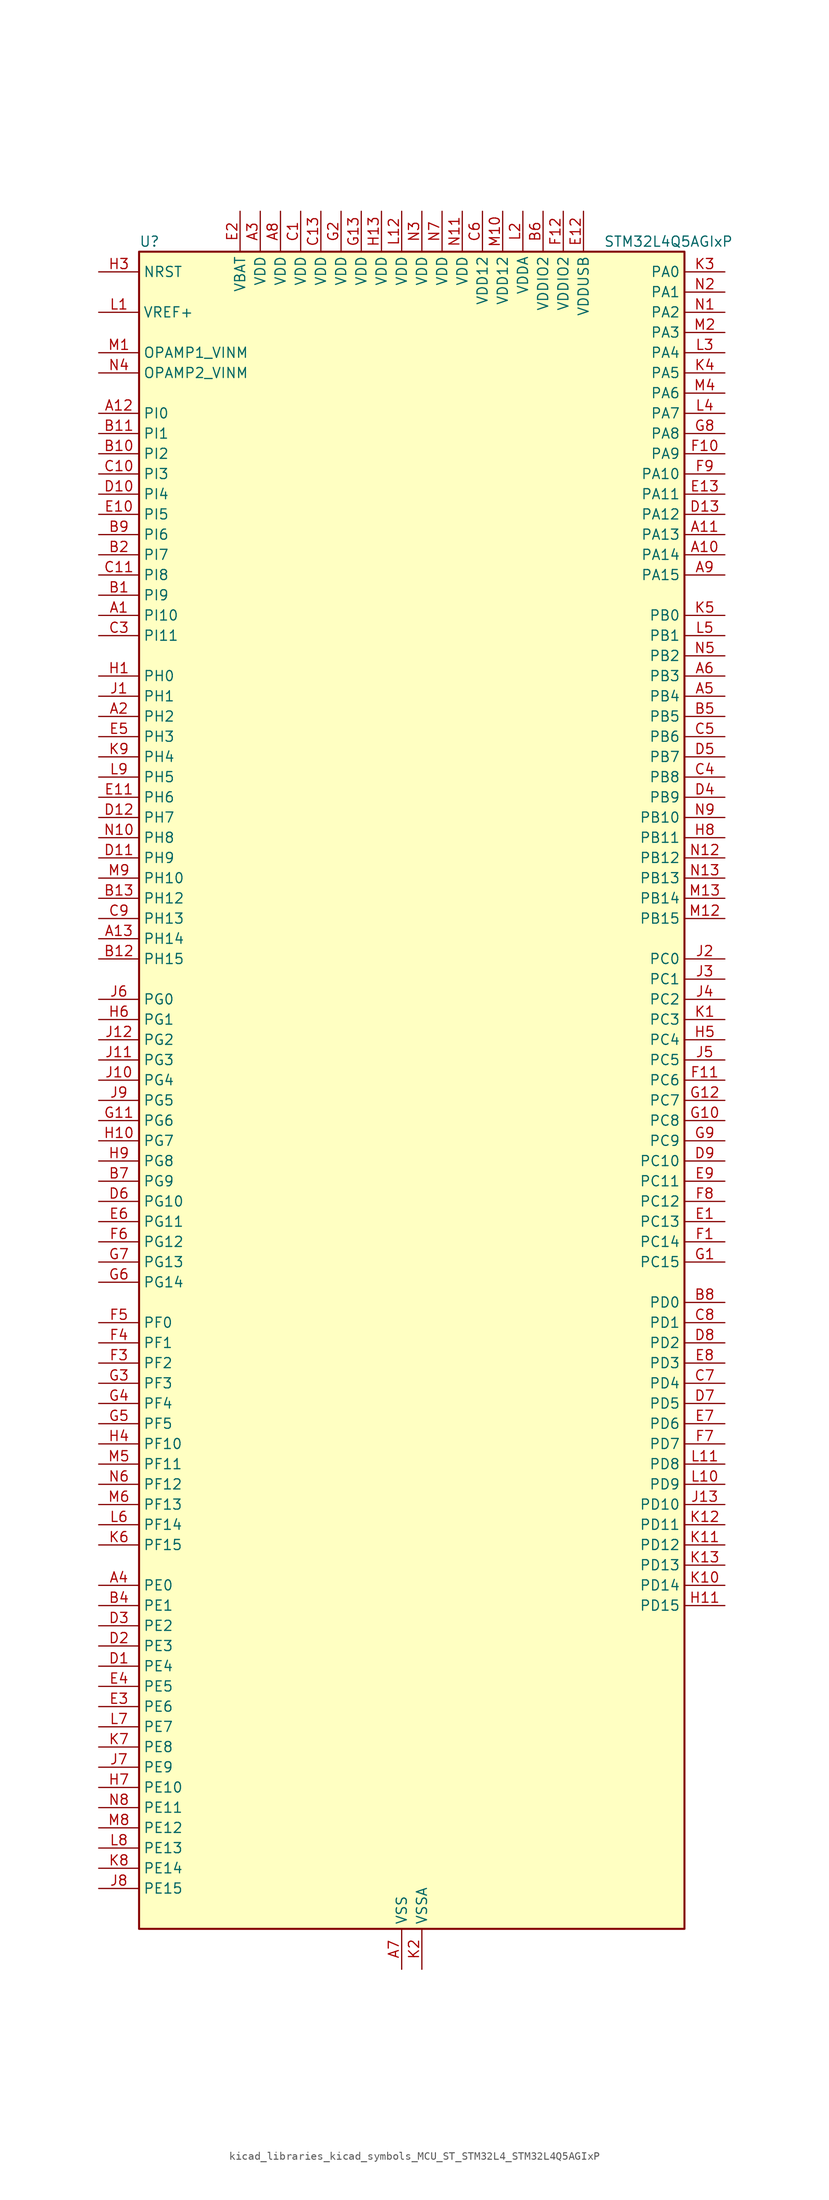
<source format=kicad_sym>
(kicad_symbol_lib
  (version 20220914)
  (generator kicad_symbol_editor)
  (symbol "kicad_libraries_kicad_symbols_MCU_ST_STM32L4_STM32L4Q5AGIxP"
    (property "Reference" "U"
      (at -33.02 107.95 0)
      (effects (font (size 1.27 1.27)) (justify left)))
    (property "Value" "STM32L4Q5AGIxP"
      (at 25.4 107.95 0)
      (effects (font (size 1.27 1.27)) (justify left)))
    (property "ki_locked" ""
      (at 0 0 0)
      (effects (font (size 1.27 1.27))))
    (symbol "kicad_libraries_kicad_symbols_MCU_ST_STM32L4_STM32L4Q5AGIxP_0_1"
      (rectangle (start -33.02 -104.14) (end 35.56 106.68) (stroke (width 0.254) (type default)) (fill (type background))))
    (symbol "kicad_libraries_kicad_symbols_MCU_ST_STM32L4_STM32L4Q5AGIxP_1_1"
      (pin bidirectional line (at -38.1 60.96 0) (length 5.08) (name "PI10" (effects (font (size 1.27 1.27)))) (number "A1" (effects (font (size 1.27 1.27)))) (alternate "OCTOSPIM_P2_IO1" bidirectional line) (alternate "PSSI_D14" bidirectional line))
      (pin bidirectional line (at 40.64 68.58 180) (length 5.08) (name "PA14" (effects (font (size 1.27 1.27)))) (number "A10" (effects (font (size 1.27 1.27)))) (alternate "I2C1_SMBA" bidirectional line) (alternate "I2C4_SMBA" bidirectional line) (alternate "LPTIM1_OUT" bidirectional line) (alternate "SAI1_FS_B" bidirectional line) (alternate "SYS_JTCK-SWCLK" bidirectional line) (alternate "USB_OTG_FS_SOF" bidirectional line))
      (pin bidirectional line (at 40.64 71.12 180) (length 5.08) (name "PA13" (effects (font (size 1.27 1.27)))) (number "A11" (effects (font (size 1.27 1.27)))) (alternate "IR_OUT" bidirectional line) (alternate "SAI1_SD_B" bidirectional line) (alternate "SYS_JTMS-SWDIO" bidirectional line) (alternate "USB_OTG_FS_NOE" bidirectional line))
      (pin bidirectional line (at -38.1 86.36 0) (length 5.08) (name "PI0" (effects (font (size 1.27 1.27)))) (number "A12" (effects (font (size 1.27 1.27)))) (alternate "DCMI_D13" bidirectional line) (alternate "OCTOSPIM_P1_IO5" bidirectional line) (alternate "PSSI_D13" bidirectional line) (alternate "SPI2_NSS" bidirectional line) (alternate "TIM5_CH4" bidirectional line))
      (pin bidirectional line (at -38.1 20.32 0) (length 5.08) (name "PH14" (effects (font (size 1.27 1.27)))) (number "A13" (effects (font (size 1.27 1.27)))) (alternate "DCMI_D4" bidirectional line) (alternate "PSSI_D4" bidirectional line) (alternate "TIM8_CH2N" bidirectional line))
      (pin bidirectional line (at -38.1 48.26 0) (length 5.08) (name "PH2" (effects (font (size 1.27 1.27)))) (number "A2" (effects (font (size 1.27 1.27)))) (alternate "OCTOSPIM_P1_IO4" bidirectional line))
      (pin power_in line (at -17.78 111.76 270) (length 5.08) (name "VDD" (effects (font (size 1.27 1.27)))) (number "A3" (effects (font (size 1.27 1.27)))))
      (pin bidirectional line (at -38.1 -60.96 0) (length 5.08) (name "PE0" (effects (font (size 1.27 1.27)))) (number "A4" (effects (font (size 1.27 1.27)))) (alternate "DCMI_D2" bidirectional line) (alternate "FMC_NBL0" bidirectional line) (alternate "LTDC_HSYNC" bidirectional line) (alternate "PSSI_D2" bidirectional line) (alternate "TIM16_CH1" bidirectional line) (alternate "TIM4_ETR" bidirectional line))
      (pin bidirectional line (at 40.64 50.8 180) (length 5.08) (name "PB4" (effects (font (size 1.27 1.27)))) (number "A5" (effects (font (size 1.27 1.27)))) (alternate "COMP2_INP" bidirectional line) (alternate "DCMI_D12" bidirectional line) (alternate "I2C3_SDA" bidirectional line) (alternate "OCTOSPIM_P1_IO5" bidirectional line) (alternate "PSSI_D12" bidirectional line) (alternate "SAI1_MCLK_B" bidirectional line) (alternate "SDMMC2_D3" bidirectional line) (alternate "SPI1_MISO" bidirectional line) (alternate "SPI3_MISO" bidirectional line) (alternate "SYS_JTRST" bidirectional line) (alternate "TIM17_BKIN" bidirectional line) (alternate "TIM3_CH1" bidirectional line) (alternate "TSC_G2_IO1" bidirectional line) (alternate "UART5_DE" bidirectional line) (alternate "UART5_RTS" bidirectional line) (alternate "USART1_CTS" bidirectional line) (alternate "USART1_NSS" bidirectional line))
      (pin bidirectional line (at 40.64 53.34 180) (length 5.08) (name "PB3" (effects (font (size 1.27 1.27)))) (number "A6" (effects (font (size 1.27 1.27)))) (alternate "COMP2_INM" bidirectional line) (alternate "CRS_SYNC" bidirectional line) (alternate "OCTOSPIM_P1_IO4" bidirectional line) (alternate "SAI1_SCK_B" bidirectional line) (alternate "SDMMC2_D2" bidirectional line) (alternate "SPI1_SCK" bidirectional line) (alternate "SPI3_SCK" bidirectional line) (alternate "SYS_JTDO-SWO" bidirectional line) (alternate "TIM2_CH2" bidirectional line) (alternate "USART1_DE" bidirectional line) (alternate "USART1_RTS" bidirectional line))
      (pin power_in line (at 0 -109.22 90) (length 5.08) (name "VSS" (effects (font (size 1.27 1.27)))) (number "A7" (effects (font (size 1.27 1.27)))))
      (pin power_in line (at -15.24 111.76 270) (length 5.08) (name "VDD" (effects (font (size 1.27 1.27)))) (number "A8" (effects (font (size 1.27 1.27)))))
      (pin bidirectional line (at 40.64 66.04 180) (length 5.08) (name "PA15" (effects (font (size 1.27 1.27)))) (number "A9" (effects (font (size 1.27 1.27)))) (alternate "ADC1_EXTI15" bidirectional line) (alternate "ADC2_EXTI15" bidirectional line) (alternate "LTDC_HSYNC" bidirectional line) (alternate "SAI2_FS_B" bidirectional line) (alternate "SPI1_NSS" bidirectional line) (alternate "SPI3_NSS" bidirectional line) (alternate "SYS_JTDI" bidirectional line) (alternate "TIM2_CH1" bidirectional line) (alternate "TIM2_ETR" bidirectional line) (alternate "TSC_G3_IO1" bidirectional line) (alternate "UART4_DE" bidirectional line) (alternate "UART4_RTS" bidirectional line) (alternate "USART2_RX" bidirectional line) (alternate "USART3_DE" bidirectional line) (alternate "USART3_RTS" bidirectional line))
      (pin bidirectional line (at -38.1 63.5 0) (length 5.08) (name "PI9" (effects (font (size 1.27 1.27)))) (number "B1" (effects (font (size 1.27 1.27)))) (alternate "CAN1_RX" bidirectional line) (alternate "DAC1_EXTI9" bidirectional line) (alternate "OCTOSPIM_P2_IO2" bidirectional line))
      (pin bidirectional line (at -38.1 81.28 0) (length 5.08) (name "PI2" (effects (font (size 1.27 1.27)))) (number "B10" (effects (font (size 1.27 1.27)))) (alternate "DCMI_D9" bidirectional line) (alternate "PSSI_D9" bidirectional line) (alternate "SPI2_MISO" bidirectional line) (alternate "TIM8_CH4" bidirectional line))
      (pin bidirectional line (at -38.1 83.82 0) (length 5.08) (name "PI1" (effects (font (size 1.27 1.27)))) (number "B11" (effects (font (size 1.27 1.27)))) (alternate "DCMI_D8" bidirectional line) (alternate "PSSI_D8" bidirectional line) (alternate "SPI2_SCK" bidirectional line))
      (pin bidirectional line (at -38.1 17.78 0) (length 5.08) (name "PH15" (effects (font (size 1.27 1.27)))) (number "B12" (effects (font (size 1.27 1.27)))) (alternate "ADC1_EXTI15" bidirectional line) (alternate "ADC2_EXTI15" bidirectional line) (alternate "DCMI_D11" bidirectional line) (alternate "OCTOSPIM_P2_IO6" bidirectional line) (alternate "PSSI_D11" bidirectional line) (alternate "TIM8_CH3N" bidirectional line))
      (pin bidirectional line (at -38.1 25.4 0) (length 5.08) (name "PH12" (effects (font (size 1.27 1.27)))) (number "B13" (effects (font (size 1.27 1.27)))) (alternate "DCMI_D3" bidirectional line) (alternate "OCTOSPIM_P2_IO7" bidirectional line) (alternate "PSSI_D3" bidirectional line) (alternate "TIM5_CH3" bidirectional line))
      (pin bidirectional line (at -38.1 68.58 0) (length 5.08) (name "PI7" (effects (font (size 1.27 1.27)))) (number "B2" (effects (font (size 1.27 1.27)))) (alternate "DCMI_D7" bidirectional line) (alternate "OCTOSPIM_P2_NCLK" bidirectional line) (alternate "PSSI_D7" bidirectional line) (alternate "TIM8_CH3" bidirectional line))
      (pin passive line (at 0 -109.22 90) (length 5.08) hide (name "VSS" (effects (font (size 1.27 1.27)))) (number "B3" (effects (font (size 1.27 1.27)))))
      (pin bidirectional line (at -38.1 -63.5 0) (length 5.08) (name "PE1" (effects (font (size 1.27 1.27)))) (number "B4" (effects (font (size 1.27 1.27)))) (alternate "DCMI_D3" bidirectional line) (alternate "FMC_NBL1" bidirectional line) (alternate "LTDC_VSYNC" bidirectional line) (alternate "PSSI_D3" bidirectional line) (alternate "TIM17_CH1" bidirectional line))
      (pin bidirectional line (at 40.64 48.26 180) (length 5.08) (name "PB5" (effects (font (size 1.27 1.27)))) (number "B5" (effects (font (size 1.27 1.27)))) (alternate "COMP2_OUT" bidirectional line) (alternate "DCMI_D10" bidirectional line) (alternate "I2C1_SMBA" bidirectional line) (alternate "LPTIM1_IN1" bidirectional line) (alternate "OCTOSPIM_P1_IO0" bidirectional line) (alternate "PSSI_D10" bidirectional line) (alternate "SAI1_SD_B" bidirectional line) (alternate "SPI1_MOSI" bidirectional line) (alternate "SPI3_MOSI" bidirectional line) (alternate "TIM16_BKIN" bidirectional line) (alternate "TIM3_CH2" bidirectional line) (alternate "TSC_G2_IO2" bidirectional line) (alternate "UART5_CTS" bidirectional line) (alternate "USART1_CK" bidirectional line))
      (pin power_in line (at 17.78 111.76 270) (length 5.08) (name "VDDIO2" (effects (font (size 1.27 1.27)))) (number "B6" (effects (font (size 1.27 1.27)))))
      (pin bidirectional line (at -38.1 -10.16 0) (length 5.08) (name "PG9" (effects (font (size 1.27 1.27)))) (number "B7" (effects (font (size 1.27 1.27)))) (alternate "DAC1_EXTI9" bidirectional line) (alternate "FMC_NCE" bidirectional line) (alternate "FMC_NE2" bidirectional line) (alternate "OCTOSPIM_P2_IO6" bidirectional line) (alternate "SAI2_SCK_A" bidirectional line) (alternate "SDMMC2_D0" bidirectional line) (alternate "SPI3_SCK" bidirectional line) (alternate "TIM15_CH1N" bidirectional line) (alternate "USART1_TX" bidirectional line))
      (pin bidirectional line (at 40.64 -25.4 180) (length 5.08) (name "PD0" (effects (font (size 1.27 1.27)))) (number "B8" (effects (font (size 1.27 1.27)))) (alternate "CAN1_RX" bidirectional line) (alternate "FMC_D2" bidirectional line) (alternate "FMC_DA2" bidirectional line) (alternate "LTDC_B4" bidirectional line) (alternate "SPI2_NSS" bidirectional line))
      (pin bidirectional line (at -38.1 71.12 0) (length 5.08) (name "PI6" (effects (font (size 1.27 1.27)))) (number "B9" (effects (font (size 1.27 1.27)))) (alternate "DCMI_D6" bidirectional line) (alternate "OCTOSPIM_P2_CLK" bidirectional line) (alternate "PSSI_D6" bidirectional line) (alternate "TIM8_CH2" bidirectional line))
      (pin power_in line (at -12.7 111.76 270) (length 5.08) (name "VDD" (effects (font (size 1.27 1.27)))) (number "C1" (effects (font (size 1.27 1.27)))))
      (pin bidirectional line (at -38.1 78.74 0) (length 5.08) (name "PI3" (effects (font (size 1.27 1.27)))) (number "C10" (effects (font (size 1.27 1.27)))) (alternate "DCMI_D10" bidirectional line) (alternate "PSSI_D10" bidirectional line) (alternate "SPI2_MOSI" bidirectional line) (alternate "TIM8_ETR" bidirectional line))
      (pin bidirectional line (at -38.1 66.04 0) (length 5.08) (name "PI8" (effects (font (size 1.27 1.27)))) (number "C11" (effects (font (size 1.27 1.27)))) (alternate "DCMI_D12" bidirectional line) (alternate "OCTOSPIM_P2_NCS" bidirectional line) (alternate "PSSI_D12" bidirectional line))
      (pin passive line (at 0 -109.22 90) (length 5.08) hide (name "VSS" (effects (font (size 1.27 1.27)))) (number "C12" (effects (font (size 1.27 1.27)))))
      (pin power_in line (at -10.16 111.76 270) (length 5.08) (name "VDD" (effects (font (size 1.27 1.27)))) (number "C13" (effects (font (size 1.27 1.27)))))
      (pin passive line (at 0 -109.22 90) (length 5.08) hide (name "VSS" (effects (font (size 1.27 1.27)))) (number "C2" (effects (font (size 1.27 1.27)))))
      (pin bidirectional line (at -38.1 58.42 0) (length 5.08) (name "PI11" (effects (font (size 1.27 1.27)))) (number "C3" (effects (font (size 1.27 1.27)))) (alternate "ADC1_EXTI11" bidirectional line) (alternate "ADC2_EXTI11" bidirectional line) (alternate "OCTOSPIM_P2_IO0" bidirectional line) (alternate "PSSI_D15" bidirectional line))
      (pin bidirectional line (at 40.64 40.64 180) (length 5.08) (name "PB8" (effects (font (size 1.27 1.27)))) (number "C4" (effects (font (size 1.27 1.27)))) (alternate "CAN1_RX" bidirectional line) (alternate "DCMI_D6" bidirectional line) (alternate "DFSDM1_CKOUT" bidirectional line) (alternate "I2C1_SCL" bidirectional line) (alternate "LTDC_DE" bidirectional line) (alternate "PSSI_D6" bidirectional line) (alternate "SAI1_CK1" bidirectional line) (alternate "SAI1_MCLK_A" bidirectional line) (alternate "SDMMC1_CKIN" bidirectional line) (alternate "SDMMC1_D4" bidirectional line) (alternate "SDMMC2_D4" bidirectional line) (alternate "TIM16_CH1" bidirectional line) (alternate "TIM4_CH3" bidirectional line))
      (pin bidirectional line (at 40.64 45.72 180) (length 5.08) (name "PB6" (effects (font (size 1.27 1.27)))) (number "C5" (effects (font (size 1.27 1.27)))) (alternate "COMP2_INP" bidirectional line) (alternate "DCMI_D5" bidirectional line) (alternate "I2C1_SCL" bidirectional line) (alternate "I2C4_SCL" bidirectional line) (alternate "LPTIM1_ETR" bidirectional line) (alternate "LTDC_R6" bidirectional line) (alternate "PSSI_D5" bidirectional line) (alternate "SAI1_FS_B" bidirectional line) (alternate "TIM16_CH1N" bidirectional line) (alternate "TIM4_CH1" bidirectional line) (alternate "TIM8_BKIN2" bidirectional line) (alternate "TSC_G2_IO3" bidirectional line) (alternate "USART1_TX" bidirectional line))
      (pin power_in line (at 10.16 111.76 270) (length 5.08) (name "VDD12" (effects (font (size 1.27 1.27)))) (number "C6" (effects (font (size 1.27 1.27)))))
      (pin bidirectional line (at 40.64 -35.56 180) (length 5.08) (name "PD4" (effects (font (size 1.27 1.27)))) (number "C7" (effects (font (size 1.27 1.27)))) (alternate "DFSDM1_CKIN0" bidirectional line) (alternate "FMC_NOE" bidirectional line) (alternate "OCTOSPIM_P1_IO4" bidirectional line) (alternate "SDMMC2_CKIN" bidirectional line) (alternate "SPI2_MOSI" bidirectional line) (alternate "USART2_DE" bidirectional line) (alternate "USART2_RTS" bidirectional line))
      (pin bidirectional line (at 40.64 -27.94 180) (length 5.08) (name "PD1" (effects (font (size 1.27 1.27)))) (number "C8" (effects (font (size 1.27 1.27)))) (alternate "CAN1_TX" bidirectional line) (alternate "FMC_D3" bidirectional line) (alternate "FMC_DA3" bidirectional line) (alternate "LTDC_B5" bidirectional line) (alternate "SPI2_SCK" bidirectional line))
      (pin bidirectional line (at -38.1 22.86 0) (length 5.08) (name "PH13" (effects (font (size 1.27 1.27)))) (number "C9" (effects (font (size 1.27 1.27)))) (alternate "CAN1_TX" bidirectional line) (alternate "TIM8_CH1N" bidirectional line))
      (pin bidirectional line (at -38.1 -71.12 0) (length 5.08) (name "PE4" (effects (font (size 1.27 1.27)))) (number "D1" (effects (font (size 1.27 1.27)))) (alternate "DCMI_D4" bidirectional line) (alternate "DFSDM1_DATIN3" bidirectional line) (alternate "FMC_A20" bidirectional line) (alternate "LTDC_B7" bidirectional line) (alternate "PSSI_D4" bidirectional line) (alternate "SAI1_D2" bidirectional line) (alternate "SAI1_FS_A" bidirectional line) (alternate "SYS_TRACED1" bidirectional line) (alternate "TIM3_CH2" bidirectional line) (alternate "TSC_G7_IO3" bidirectional line))
      (pin bidirectional line (at -38.1 76.2 0) (length 5.08) (name "PI4" (effects (font (size 1.27 1.27)))) (number "D10" (effects (font (size 1.27 1.27)))) (alternate "DCMI_D5" bidirectional line) (alternate "PSSI_D5" bidirectional line) (alternate "TIM8_BKIN" bidirectional line))
      (pin bidirectional line (at -38.1 30.48 0) (length 5.08) (name "PH9" (effects (font (size 1.27 1.27)))) (number "D11" (effects (font (size 1.27 1.27)))) (alternate "DAC1_EXTI9" bidirectional line) (alternate "DCMI_D0" bidirectional line) (alternate "I2C3_SMBA" bidirectional line) (alternate "OCTOSPIM_P2_IO4" bidirectional line) (alternate "PSSI_D0" bidirectional line))
      (pin bidirectional line (at -38.1 35.56 0) (length 5.08) (name "PH7" (effects (font (size 1.27 1.27)))) (number "D12" (effects (font (size 1.27 1.27)))) (alternate "DCMI_D9" bidirectional line) (alternate "I2C3_SCL" bidirectional line) (alternate "OCTOSPIM_P2_NCLK" bidirectional line) (alternate "PSSI_D9" bidirectional line))
      (pin bidirectional line (at 40.64 73.66 180) (length 5.08) (name "PA12" (effects (font (size 1.27 1.27)))) (number "D13" (effects (font (size 1.27 1.27)))) (alternate "CAN1_TX" bidirectional line) (alternate "LTDC_VSYNC" bidirectional line) (alternate "OCTOSPIM_P2_NCS" bidirectional line) (alternate "SPI1_MOSI" bidirectional line) (alternate "TIM1_ETR" bidirectional line) (alternate "USART1_DE" bidirectional line) (alternate "USART1_RTS" bidirectional line) (alternate "USB_OTG_FS_DP" bidirectional line))
      (pin bidirectional line (at -38.1 -68.58 0) (length 5.08) (name "PE3" (effects (font (size 1.27 1.27)))) (number "D2" (effects (font (size 1.27 1.27)))) (alternate "FMC_A19" bidirectional line) (alternate "LTDC_R6" bidirectional line) (alternate "OCTOSPIM_P1_DQS" bidirectional line) (alternate "SAI1_SD_B" bidirectional line) (alternate "SYS_TRACED0" bidirectional line) (alternate "TIM3_CH1" bidirectional line) (alternate "TSC_G7_IO2" bidirectional line))
      (pin bidirectional line (at -38.1 -66.04 0) (length 5.08) (name "PE2" (effects (font (size 1.27 1.27)))) (number "D3" (effects (font (size 1.27 1.27)))) (alternate "FMC_A23" bidirectional line) (alternate "LTDC_R7" bidirectional line) (alternate "SAI1_CK1" bidirectional line) (alternate "SAI1_MCLK_A" bidirectional line) (alternate "SYS_TRACECLK" bidirectional line) (alternate "TIM3_ETR" bidirectional line) (alternate "TSC_G7_IO1" bidirectional line))
      (pin bidirectional line (at 40.64 38.1 180) (length 5.08) (name "PB9" (effects (font (size 1.27 1.27)))) (number "D4" (effects (font (size 1.27 1.27)))) (alternate "CAN1_TX" bidirectional line) (alternate "DAC1_EXTI9" bidirectional line) (alternate "DCMI_D7" bidirectional line) (alternate "I2C1_SDA" bidirectional line) (alternate "IR_OUT" bidirectional line) (alternate "PSSI_D7" bidirectional line) (alternate "SAI1_D2" bidirectional line) (alternate "SAI1_FS_A" bidirectional line) (alternate "SDMMC1_CDIR" bidirectional line) (alternate "SDMMC1_D5" bidirectional line) (alternate "SDMMC2_D5" bidirectional line) (alternate "SPI2_NSS" bidirectional line) (alternate "TIM17_CH1" bidirectional line) (alternate "TIM4_CH4" bidirectional line))
      (pin bidirectional line (at 40.64 43.18 180) (length 5.08) (name "PB7" (effects (font (size 1.27 1.27)))) (number "D5" (effects (font (size 1.27 1.27)))) (alternate "COMP2_INM" bidirectional line) (alternate "DCMI_VSYNC" bidirectional line) (alternate "FMC_NL" bidirectional line) (alternate "I2C1_SDA" bidirectional line) (alternate "I2C4_SDA" bidirectional line) (alternate "LPTIM1_IN2" bidirectional line) (alternate "LTDC_VSYNC" bidirectional line) (alternate "PSSI_RDY" bidirectional line) (alternate "SYS_PVD_IN" bidirectional line) (alternate "TIM17_CH1N" bidirectional line) (alternate "TIM4_CH2" bidirectional line) (alternate "TIM8_BKIN" bidirectional line) (alternate "TSC_G2_IO4" bidirectional line) (alternate "UART4_CTS" bidirectional line) (alternate "USART1_RX" bidirectional line))
      (pin bidirectional line (at -38.1 -12.7 0) (length 5.08) (name "PG10" (effects (font (size 1.27 1.27)))) (number "D6" (effects (font (size 1.27 1.27)))) (alternate "FMC_NE3" bidirectional line) (alternate "LPTIM1_IN1" bidirectional line) (alternate "OCTOSPIM_P2_IO7" bidirectional line) (alternate "SAI2_FS_A" bidirectional line) (alternate "SDMMC2_D1" bidirectional line) (alternate "SPI3_MISO" bidirectional line) (alternate "TIM15_CH1" bidirectional line) (alternate "USART1_RX" bidirectional line))
      (pin bidirectional line (at 40.64 -38.1 180) (length 5.08) (name "PD5" (effects (font (size 1.27 1.27)))) (number "D7" (effects (font (size 1.27 1.27)))) (alternate "FMC_NWE" bidirectional line) (alternate "OCTOSPIM_P1_IO5" bidirectional line) (alternate "USART2_TX" bidirectional line))
      (pin bidirectional line (at 40.64 -30.48 180) (length 5.08) (name "PD2" (effects (font (size 1.27 1.27)))) (number "D8" (effects (font (size 1.27 1.27)))) (alternate "DCMI_D11" bidirectional line) (alternate "PSSI_D11" bidirectional line) (alternate "SDMMC1_CMD" bidirectional line) (alternate "SYS_TRACED2" bidirectional line) (alternate "TIM3_ETR" bidirectional line) (alternate "TSC_SYNC" bidirectional line) (alternate "UART5_RX" bidirectional line) (alternate "USART3_DE" bidirectional line) (alternate "USART3_RTS" bidirectional line))
      (pin bidirectional line (at 40.64 -7.62 180) (length 5.08) (name "PC10" (effects (font (size 1.27 1.27)))) (number "D9" (effects (font (size 1.27 1.27)))) (alternate "DCMI_D8" bidirectional line) (alternate "DCMI_VSYNC" bidirectional line) (alternate "PSSI_D8" bidirectional line) (alternate "PSSI_RDY" bidirectional line) (alternate "SAI2_SCK_B" bidirectional line) (alternate "SDMMC1_D2" bidirectional line) (alternate "SPI3_SCK" bidirectional line) (alternate "SYS_TRACED1" bidirectional line) (alternate "TSC_G3_IO2" bidirectional line) (alternate "UART4_TX" bidirectional line) (alternate "USART3_TX" bidirectional line))
      (pin bidirectional line (at 40.64 -15.24 180) (length 5.08) (name "PC13" (effects (font (size 1.27 1.27)))) (number "E1" (effects (font (size 1.27 1.27)))) (alternate "RTC_OUT1" bidirectional line) (alternate "RTC_TAMP1" bidirectional line) (alternate "RTC_TS" bidirectional line) (alternate "SYS_WKUP2" bidirectional line))
      (pin bidirectional line (at -38.1 73.66 0) (length 5.08) (name "PI5" (effects (font (size 1.27 1.27)))) (number "E10" (effects (font (size 1.27 1.27)))) (alternate "DCMI_VSYNC" bidirectional line) (alternate "OCTOSPIM_P2_NCS" bidirectional line) (alternate "PSSI_RDY" bidirectional line) (alternate "TIM8_CH1" bidirectional line))
      (pin bidirectional line (at -38.1 38.1 0) (length 5.08) (name "PH6" (effects (font (size 1.27 1.27)))) (number "E11" (effects (font (size 1.27 1.27)))) (alternate "DCMI_D8" bidirectional line) (alternate "I2C2_SMBA" bidirectional line) (alternate "OCTOSPIM_P2_CLK" bidirectional line) (alternate "PSSI_D8" bidirectional line))
      (pin power_in line (at 22.86 111.76 270) (length 5.08) (name "VDDUSB" (effects (font (size 1.27 1.27)))) (number "E12" (effects (font (size 1.27 1.27)))))
      (pin bidirectional line (at 40.64 76.2 180) (length 5.08) (name "PA11" (effects (font (size 1.27 1.27)))) (number "E13" (effects (font (size 1.27 1.27)))) (alternate "ADC1_EXTI11" bidirectional line) (alternate "ADC2_EXTI11" bidirectional line) (alternate "CAN1_RX" bidirectional line) (alternate "LTDC_DE" bidirectional line) (alternate "SPI1_MISO" bidirectional line) (alternate "TIM1_BKIN2" bidirectional line) (alternate "TIM1_CH4" bidirectional line) (alternate "USART1_CTS" bidirectional line) (alternate "USART1_NSS" bidirectional line) (alternate "USB_OTG_FS_DM" bidirectional line))
      (pin power_in line (at -20.32 111.76 270) (length 5.08) (name "VBAT" (effects (font (size 1.27 1.27)))) (number "E2" (effects (font (size 1.27 1.27)))))
      (pin bidirectional line (at -38.1 -76.2 0) (length 5.08) (name "PE6" (effects (font (size 1.27 1.27)))) (number "E3" (effects (font (size 1.27 1.27)))) (alternate "DCMI_D7" bidirectional line) (alternate "FMC_A22" bidirectional line) (alternate "LTDC_G6" bidirectional line) (alternate "PSSI_D7" bidirectional line) (alternate "RTC_TAMP3" bidirectional line) (alternate "SAI1_D1" bidirectional line) (alternate "SAI1_SD_A" bidirectional line) (alternate "SYS_TRACED3" bidirectional line) (alternate "SYS_WKUP3" bidirectional line) (alternate "TIM3_CH4" bidirectional line))
      (pin bidirectional line (at -38.1 -73.66 0) (length 5.08) (name "PE5" (effects (font (size 1.27 1.27)))) (number "E4" (effects (font (size 1.27 1.27)))) (alternate "DCMI_D6" bidirectional line) (alternate "DFSDM1_CKIN3" bidirectional line) (alternate "FMC_A21" bidirectional line) (alternate "LTDC_G7" bidirectional line) (alternate "PSSI_D6" bidirectional line) (alternate "SAI1_CK2" bidirectional line) (alternate "SAI1_SCK_A" bidirectional line) (alternate "SYS_TRACED2" bidirectional line) (alternate "TIM3_CH3" bidirectional line) (alternate "TSC_G7_IO4" bidirectional line))
      (pin bidirectional line (at -38.1 45.72 0) (length 5.08) (name "PH3" (effects (font (size 1.27 1.27)))) (number "E5" (effects (font (size 1.27 1.27)))))
      (pin bidirectional line (at -38.1 -15.24 0) (length 5.08) (name "PG11" (effects (font (size 1.27 1.27)))) (number "E6" (effects (font (size 1.27 1.27)))) (alternate "ADC1_EXTI11" bidirectional line) (alternate "ADC2_EXTI11" bidirectional line) (alternate "LPTIM1_IN2" bidirectional line) (alternate "OCTOSPIM_P1_IO5" bidirectional line) (alternate "SAI2_MCLK_A" bidirectional line) (alternate "SDMMC2_D2" bidirectional line) (alternate "SPI3_MOSI" bidirectional line) (alternate "TIM15_CH2" bidirectional line) (alternate "USART1_CTS" bidirectional line) (alternate "USART1_NSS" bidirectional line))
      (pin bidirectional line (at 40.64 -40.64 180) (length 5.08) (name "PD6" (effects (font (size 1.27 1.27)))) (number "E7" (effects (font (size 1.27 1.27)))) (alternate "DCMI_D10" bidirectional line) (alternate "DFSDM1_DATIN1" bidirectional line) (alternate "FMC_NWAIT" bidirectional line) (alternate "LTDC_DE" bidirectional line) (alternate "OCTOSPIM_P1_IO6" bidirectional line) (alternate "PSSI_D10" bidirectional line) (alternate "SAI1_D1" bidirectional line) (alternate "SAI1_SD_A" bidirectional line) (alternate "SDMMC2_CK" bidirectional line) (alternate "SPI3_MOSI" bidirectional line) (alternate "USART2_RX" bidirectional line))
      (pin bidirectional line (at 40.64 -33.02 180) (length 5.08) (name "PD3" (effects (font (size 1.27 1.27)))) (number "E8" (effects (font (size 1.27 1.27)))) (alternate "DCMI_D5" bidirectional line) (alternate "DFSDM1_DATIN0" bidirectional line) (alternate "FMC_CLK" bidirectional line) (alternate "LTDC_CLK" bidirectional line) (alternate "OCTOSPIM_P2_NCS" bidirectional line) (alternate "PSSI_D5" bidirectional line) (alternate "SPI2_MISO" bidirectional line) (alternate "SPI2_SCK" bidirectional line) (alternate "USART2_CTS" bidirectional line) (alternate "USART2_NSS" bidirectional line))
      (pin bidirectional line (at 40.64 -10.16 180) (length 5.08) (name "PC11" (effects (font (size 1.27 1.27)))) (number "E9" (effects (font (size 1.27 1.27)))) (alternate "ADC1_EXTI11" bidirectional line) (alternate "ADC2_EXTI11" bidirectional line) (alternate "DCMI_D2" bidirectional line) (alternate "DCMI_D4" bidirectional line) (alternate "OCTOSPIM_P1_NCS" bidirectional line) (alternate "PSSI_D2" bidirectional line) (alternate "PSSI_D4" bidirectional line) (alternate "SAI2_MCLK_B" bidirectional line) (alternate "SDMMC1_D3" bidirectional line) (alternate "SPI3_MISO" bidirectional line) (alternate "TSC_G3_IO3" bidirectional line) (alternate "UART4_RX" bidirectional line) (alternate "USART3_RX" bidirectional line))
      (pin bidirectional line (at 40.64 -17.78 180) (length 5.08) (name "PC14" (effects (font (size 1.27 1.27)))) (number "F1" (effects (font (size 1.27 1.27)))) (alternate "RCC_OSC32_IN" bidirectional line))
      (pin bidirectional line (at 40.64 81.28 180) (length 5.08) (name "PA9" (effects (font (size 1.27 1.27)))) (number "F10" (effects (font (size 1.27 1.27)))) (alternate "DAC1_EXTI9" bidirectional line) (alternate "DCMI_D0" bidirectional line) (alternate "LTDC_G7" bidirectional line) (alternate "PSSI_D0" bidirectional line) (alternate "SAI1_FS_A" bidirectional line) (alternate "SPI2_SCK" bidirectional line) (alternate "TIM15_BKIN" bidirectional line) (alternate "TIM1_CH2" bidirectional line) (alternate "USART1_TX" bidirectional line) (alternate "USB_OTG_FS_VBUS" bidirectional line))
      (pin bidirectional line (at 40.64 2.54 180) (length 5.08) (name "PC6" (effects (font (size 1.27 1.27)))) (number "F11" (effects (font (size 1.27 1.27)))) (alternate "DCMI_D0" bidirectional line) (alternate "DFSDM1_CKIN3" bidirectional line) (alternate "LTDC_G7" bidirectional line) (alternate "PSSI_D0" bidirectional line) (alternate "SAI2_MCLK_A" bidirectional line) (alternate "SDMMC1_D0DIR" bidirectional line) (alternate "SDMMC1_D6" bidirectional line) (alternate "SDMMC2_D6" bidirectional line) (alternate "TIM3_CH1" bidirectional line) (alternate "TIM8_CH1" bidirectional line) (alternate "TSC_G4_IO1" bidirectional line))
      (pin power_in line (at 20.32 111.76 270) (length 5.08) (name "VDDIO2" (effects (font (size 1.27 1.27)))) (number "F12" (effects (font (size 1.27 1.27)))))
      (pin passive line (at 0 -109.22 90) (length 5.08) hide (name "VSS" (effects (font (size 1.27 1.27)))) (number "F13" (effects (font (size 1.27 1.27)))))
      (pin passive line (at 0 -109.22 90) (length 5.08) hide (name "VSS" (effects (font (size 1.27 1.27)))) (number "F2" (effects (font (size 1.27 1.27)))))
      (pin bidirectional line (at -38.1 -33.02 0) (length 5.08) (name "PF2" (effects (font (size 1.27 1.27)))) (number "F3" (effects (font (size 1.27 1.27)))) (alternate "FMC_A2" bidirectional line) (alternate "I2C2_SMBA" bidirectional line) (alternate "OCTOSPIM_P2_IO2" bidirectional line))
      (pin bidirectional line (at -38.1 -30.48 0) (length 5.08) (name "PF1" (effects (font (size 1.27 1.27)))) (number "F4" (effects (font (size 1.27 1.27)))) (alternate "FMC_A1" bidirectional line) (alternate "I2C2_SCL" bidirectional line) (alternate "OCTOSPIM_P2_IO1" bidirectional line))
      (pin bidirectional line (at -38.1 -27.94 0) (length 5.08) (name "PF0" (effects (font (size 1.27 1.27)))) (number "F5" (effects (font (size 1.27 1.27)))) (alternate "FMC_A0" bidirectional line) (alternate "I2C2_SDA" bidirectional line) (alternate "OCTOSPIM_P2_IO0" bidirectional line))
      (pin bidirectional line (at -38.1 -17.78 0) (length 5.08) (name "PG12" (effects (font (size 1.27 1.27)))) (number "F6" (effects (font (size 1.27 1.27)))) (alternate "FMC_NE4" bidirectional line) (alternate "LPTIM1_ETR" bidirectional line) (alternate "OCTOSPIM_P2_NCS" bidirectional line) (alternate "SAI2_SD_A" bidirectional line) (alternate "SDMMC2_D3" bidirectional line) (alternate "SPI3_NSS" bidirectional line) (alternate "USART1_DE" bidirectional line) (alternate "USART1_RTS" bidirectional line))
      (pin bidirectional line (at 40.64 -43.18 180) (length 5.08) (name "PD7" (effects (font (size 1.27 1.27)))) (number "F7" (effects (font (size 1.27 1.27)))) (alternate "DFSDM1_CKIN1" bidirectional line) (alternate "FMC_NCE" bidirectional line) (alternate "FMC_NE1" bidirectional line) (alternate "OCTOSPIM_P1_IO7" bidirectional line) (alternate "SDMMC2_CMD" bidirectional line) (alternate "USART2_CK" bidirectional line))
      (pin bidirectional line (at 40.64 -12.7 180) (length 5.08) (name "PC12" (effects (font (size 1.27 1.27)))) (number "F8" (effects (font (size 1.27 1.27)))) (alternate "DCMI_D9" bidirectional line) (alternate "LTDC_R6" bidirectional line) (alternate "PSSI_D9" bidirectional line) (alternate "SAI2_SD_B" bidirectional line) (alternate "SDMMC1_CK" bidirectional line) (alternate "SPI3_MOSI" bidirectional line) (alternate "SYS_TRACED3" bidirectional line) (alternate "TSC_G3_IO4" bidirectional line) (alternate "UART5_TX" bidirectional line) (alternate "USART3_CK" bidirectional line))
      (pin bidirectional line (at 40.64 78.74 180) (length 5.08) (name "PA10" (effects (font (size 1.27 1.27)))) (number "F9" (effects (font (size 1.27 1.27)))) (alternate "DCMI_D1" bidirectional line) (alternate "LTDC_G6" bidirectional line) (alternate "PSSI_D1" bidirectional line) (alternate "SAI1_D1" bidirectional line) (alternate "SAI1_SD_A" bidirectional line) (alternate "TIM17_BKIN" bidirectional line) (alternate "TIM1_CH3" bidirectional line) (alternate "USART1_RX" bidirectional line) (alternate "USB_OTG_FS_ID" bidirectional line))
      (pin bidirectional line (at 40.64 -20.32 180) (length 5.08) (name "PC15" (effects (font (size 1.27 1.27)))) (number "G1" (effects (font (size 1.27 1.27)))) (alternate "ADC1_EXTI15" bidirectional line) (alternate "ADC2_EXTI15" bidirectional line) (alternate "RCC_OSC32_OUT" bidirectional line))
      (pin bidirectional line (at 40.64 -2.54 180) (length 5.08) (name "PC8" (effects (font (size 1.27 1.27)))) (number "G10" (effects (font (size 1.27 1.27)))) (alternate "DCMI_D2" bidirectional line) (alternate "PSSI_D2" bidirectional line) (alternate "SDMMC1_D0" bidirectional line) (alternate "TIM3_CH3" bidirectional line) (alternate "TIM8_CH3" bidirectional line) (alternate "TSC_G4_IO3" bidirectional line))
      (pin bidirectional line (at -38.1 -2.54 0) (length 5.08) (name "PG6" (effects (font (size 1.27 1.27)))) (number "G11" (effects (font (size 1.27 1.27)))) (alternate "I2C3_SMBA" bidirectional line) (alternate "LPUART1_DE" bidirectional line) (alternate "LPUART1_RTS" bidirectional line) (alternate "LTDC_R1" bidirectional line) (alternate "OCTOSPIM_P1_DQS" bidirectional line))
      (pin bidirectional line (at 40.64 0 180) (length 5.08) (name "PC7" (effects (font (size 1.27 1.27)))) (number "G12" (effects (font (size 1.27 1.27)))) (alternate "DCMI_D1" bidirectional line) (alternate "DFSDM1_DATIN3" bidirectional line) (alternate "LTDC_B6" bidirectional line) (alternate "PSSI_D1" bidirectional line) (alternate "SAI2_MCLK_B" bidirectional line) (alternate "SDMMC1_D123DIR" bidirectional line) (alternate "SDMMC1_D7" bidirectional line) (alternate "SDMMC2_D7" bidirectional line) (alternate "TIM3_CH2" bidirectional line) (alternate "TIM8_CH2" bidirectional line) (alternate "TSC_G4_IO2" bidirectional line))
      (pin power_in line (at -5.08 111.76 270) (length 5.08) (name "VDD" (effects (font (size 1.27 1.27)))) (number "G13" (effects (font (size 1.27 1.27)))))
      (pin power_in line (at -7.62 111.76 270) (length 5.08) (name "VDD" (effects (font (size 1.27 1.27)))) (number "G2" (effects (font (size 1.27 1.27)))))
      (pin bidirectional line (at -38.1 -35.56 0) (length 5.08) (name "PF3" (effects (font (size 1.27 1.27)))) (number "G3" (effects (font (size 1.27 1.27)))) (alternate "FMC_A3" bidirectional line) (alternate "OCTOSPIM_P2_IO3" bidirectional line))
      (pin bidirectional line (at -38.1 -38.1 0) (length 5.08) (name "PF4" (effects (font (size 1.27 1.27)))) (number "G4" (effects (font (size 1.27 1.27)))) (alternate "FMC_A4" bidirectional line) (alternate "OCTOSPIM_P2_CLK" bidirectional line))
      (pin bidirectional line (at -38.1 -40.64 0) (length 5.08) (name "PF5" (effects (font (size 1.27 1.27)))) (number "G5" (effects (font (size 1.27 1.27)))) (alternate "FMC_A5" bidirectional line) (alternate "OCTOSPIM_P2_NCLK" bidirectional line))
      (pin bidirectional line (at -38.1 -22.86 0) (length 5.08) (name "PG14" (effects (font (size 1.27 1.27)))) (number "G6" (effects (font (size 1.27 1.27)))) (alternate "FMC_A25" bidirectional line) (alternate "I2C1_SCL" bidirectional line) (alternate "LTDC_R1" bidirectional line))
      (pin bidirectional line (at -38.1 -20.32 0) (length 5.08) (name "PG13" (effects (font (size 1.27 1.27)))) (number "G7" (effects (font (size 1.27 1.27)))) (alternate "FMC_A24" bidirectional line) (alternate "I2C1_SDA" bidirectional line) (alternate "LTDC_R0" bidirectional line) (alternate "USART1_CK" bidirectional line))
      (pin bidirectional line (at 40.64 83.82 180) (length 5.08) (name "PA8" (effects (font (size 1.27 1.27)))) (number "G8" (effects (font (size 1.27 1.27)))) (alternate "LPTIM2_OUT" bidirectional line) (alternate "LTDC_B7" bidirectional line) (alternate "RCC_MCO" bidirectional line) (alternate "SAI1_CK2" bidirectional line) (alternate "SAI1_SCK_A" bidirectional line) (alternate "TIM1_CH1" bidirectional line) (alternate "USART1_CK" bidirectional line) (alternate "USB_OTG_FS_SOF" bidirectional line))
      (pin bidirectional line (at 40.64 -5.08 180) (length 5.08) (name "PC9" (effects (font (size 1.27 1.27)))) (number "G9" (effects (font (size 1.27 1.27)))) (alternate "DAC1_EXTI9" bidirectional line) (alternate "DCMI_D3" bidirectional line) (alternate "I2C3_SDA" bidirectional line) (alternate "PSSI_D3" bidirectional line) (alternate "SAI2_EXTCLK" bidirectional line) (alternate "SDMMC1_D1" bidirectional line) (alternate "SYS_TRACED0" bidirectional line) (alternate "TIM3_CH4" bidirectional line) (alternate "TIM8_BKIN2" bidirectional line) (alternate "TIM8_CH4" bidirectional line) (alternate "TSC_G4_IO4" bidirectional line) (alternate "USB_OTG_FS_NOE" bidirectional line))
      (pin bidirectional line (at -38.1 53.34 0) (length 5.08) (name "PH0" (effects (font (size 1.27 1.27)))) (number "H1" (effects (font (size 1.27 1.27)))) (alternate "RCC_OSC_IN" bidirectional line))
      (pin bidirectional line (at -38.1 -5.08 0) (length 5.08) (name "PG7" (effects (font (size 1.27 1.27)))) (number "H10" (effects (font (size 1.27 1.27)))) (alternate "DFSDM1_CKOUT" bidirectional line) (alternate "FMC_INT" bidirectional line) (alternate "I2C3_SCL" bidirectional line) (alternate "LPUART1_TX" bidirectional line) (alternate "OCTOSPIM_P2_DQS" bidirectional line) (alternate "SAI1_CK1" bidirectional line) (alternate "SAI1_MCLK_A" bidirectional line))
      (pin bidirectional line (at 40.64 -63.5 180) (length 5.08) (name "PD15" (effects (font (size 1.27 1.27)))) (number "H11" (effects (font (size 1.27 1.27)))) (alternate "ADC1_EXTI15" bidirectional line) (alternate "ADC2_EXTI15" bidirectional line) (alternate "FMC_D1" bidirectional line) (alternate "FMC_DA1" bidirectional line) (alternate "LTDC_B3" bidirectional line) (alternate "TIM4_CH4" bidirectional line))
      (pin passive line (at 0 -109.22 90) (length 5.08) hide (name "VSS" (effects (font (size 1.27 1.27)))) (number "H12" (effects (font (size 1.27 1.27)))))
      (pin power_in line (at -2.54 111.76 270) (length 5.08) (name "VDD" (effects (font (size 1.27 1.27)))) (number "H13" (effects (font (size 1.27 1.27)))))
      (pin passive line (at 0 -109.22 90) (length 5.08) hide (name "VSS" (effects (font (size 1.27 1.27)))) (number "H2" (effects (font (size 1.27 1.27)))))
      (pin input line (at -38.1 104.14 0) (length 5.08) (name "NRST" (effects (font (size 1.27 1.27)))) (number "H3" (effects (font (size 1.27 1.27)))))
      (pin bidirectional line (at -38.1 -43.18 0) (length 5.08) (name "PF10" (effects (font (size 1.27 1.27)))) (number "H4" (effects (font (size 1.27 1.27)))) (alternate "DCMI_D11" bidirectional line) (alternate "DFSDM1_CKOUT" bidirectional line) (alternate "OCTOSPIM_P1_CLK" bidirectional line) (alternate "PSSI_D11" bidirectional line) (alternate "PSSI_D15" bidirectional line) (alternate "SAI1_D3" bidirectional line) (alternate "TIM15_CH2" bidirectional line))
      (pin bidirectional line (at 40.64 7.62 180) (length 5.08) (name "PC4" (effects (font (size 1.27 1.27)))) (number "H5" (effects (font (size 1.27 1.27)))) (alternate "ADC1_IN13" bidirectional line) (alternate "ADC2_IN13" bidirectional line) (alternate "COMP1_INM" bidirectional line) (alternate "OCTOSPIM_P1_IO7" bidirectional line) (alternate "OCTOSPIM_P2_NCS" bidirectional line) (alternate "USART3_TX" bidirectional line))
      (pin bidirectional line (at -38.1 10.16 0) (length 5.08) (name "PG1" (effects (font (size 1.27 1.27)))) (number "H6" (effects (font (size 1.27 1.27)))) (alternate "FMC_A11" bidirectional line) (alternate "OCTOSPIM_P2_IO5" bidirectional line) (alternate "TSC_G8_IO4" bidirectional line))
      (pin bidirectional line (at -38.1 -86.36 0) (length 5.08) (name "PE10" (effects (font (size 1.27 1.27)))) (number "H7" (effects (font (size 1.27 1.27)))) (alternate "FMC_D7" bidirectional line) (alternate "FMC_DA7" bidirectional line) (alternate "LTDC_G3" bidirectional line) (alternate "OCTOSPIM_P1_CLK" bidirectional line) (alternate "SAI1_MCLK_B" bidirectional line) (alternate "TIM1_CH2N" bidirectional line) (alternate "TSC_G5_IO1" bidirectional line))
      (pin bidirectional line (at 40.64 33.02 180) (length 5.08) (name "PB11" (effects (font (size 1.27 1.27)))) (number "H8" (effects (font (size 1.27 1.27)))) (alternate "ADC1_EXTI11" bidirectional line) (alternate "ADC2_EXTI11" bidirectional line) (alternate "COMP2_OUT" bidirectional line) (alternate "I2C2_SDA" bidirectional line) (alternate "I2C4_SDA" bidirectional line) (alternate "LPUART1_TX" bidirectional line) (alternate "LTDC_VSYNC" bidirectional line) (alternate "OCTOSPIM_P1_NCS" bidirectional line) (alternate "TIM2_CH4" bidirectional line) (alternate "USART3_RX" bidirectional line))
      (pin bidirectional line (at -38.1 -7.62 0) (length 5.08) (name "PG8" (effects (font (size 1.27 1.27)))) (number "H9" (effects (font (size 1.27 1.27)))) (alternate "I2C3_SDA" bidirectional line) (alternate "LPUART1_RX" bidirectional line))
      (pin bidirectional line (at -38.1 50.8 0) (length 5.08) (name "PH1" (effects (font (size 1.27 1.27)))) (number "J1" (effects (font (size 1.27 1.27)))) (alternate "RCC_OSC_OUT" bidirectional line))
      (pin bidirectional line (at -38.1 2.54 0) (length 5.08) (name "PG4" (effects (font (size 1.27 1.27)))) (number "J10" (effects (font (size 1.27 1.27)))) (alternate "FMC_A14" bidirectional line) (alternate "SAI2_MCLK_B" bidirectional line) (alternate "SDMMC2_D6" bidirectional line) (alternate "SPI1_MOSI" bidirectional line))
      (pin bidirectional line (at -38.1 5.08 0) (length 5.08) (name "PG3" (effects (font (size 1.27 1.27)))) (number "J11" (effects (font (size 1.27 1.27)))) (alternate "FMC_A13" bidirectional line) (alternate "SAI2_FS_B" bidirectional line) (alternate "SDMMC2_D5" bidirectional line) (alternate "SPI1_MISO" bidirectional line))
      (pin bidirectional line (at -38.1 7.62 0) (length 5.08) (name "PG2" (effects (font (size 1.27 1.27)))) (number "J12" (effects (font (size 1.27 1.27)))) (alternate "FMC_A12" bidirectional line) (alternate "SAI2_SCK_B" bidirectional line) (alternate "SDMMC2_D4" bidirectional line) (alternate "SPI1_SCK" bidirectional line))
      (pin bidirectional line (at 40.64 -50.8 180) (length 5.08) (name "PD10" (effects (font (size 1.27 1.27)))) (number "J13" (effects (font (size 1.27 1.27)))) (alternate "FMC_D15" bidirectional line) (alternate "FMC_DA15" bidirectional line) (alternate "LTDC_R5" bidirectional line) (alternate "SAI2_SCK_A" bidirectional line) (alternate "TSC_G6_IO1" bidirectional line) (alternate "USART3_CK" bidirectional line))
      (pin bidirectional line (at 40.64 17.78 180) (length 5.08) (name "PC0" (effects (font (size 1.27 1.27)))) (number "J2" (effects (font (size 1.27 1.27)))) (alternate "ADC1_IN1" bidirectional line) (alternate "ADC2_IN1" bidirectional line) (alternate "I2C3_SCL" bidirectional line) (alternate "LPTIM1_IN1" bidirectional line) (alternate "LPTIM2_IN1" bidirectional line) (alternate "LPUART1_RX" bidirectional line) (alternate "LTDC_DE" bidirectional line) (alternate "SAI2_FS_A" bidirectional line) (alternate "SDMMC1_CMD" bidirectional line) (alternate "SDMMC2_CKIN" bidirectional line))
      (pin bidirectional line (at 40.64 15.24 180) (length 5.08) (name "PC1" (effects (font (size 1.27 1.27)))) (number "J3" (effects (font (size 1.27 1.27)))) (alternate "ADC1_IN2" bidirectional line) (alternate "ADC2_IN2" bidirectional line) (alternate "I2C3_SDA" bidirectional line) (alternate "LPTIM1_OUT" bidirectional line) (alternate "LPUART1_TX" bidirectional line) (alternate "OCTOSPIM_P1_IO4" bidirectional line) (alternate "SAI1_SD_A" bidirectional line) (alternate "SPI2_MOSI" bidirectional line) (alternate "SYS_TRACED0" bidirectional line))
      (pin bidirectional line (at 40.64 12.7 180) (length 5.08) (name "PC2" (effects (font (size 1.27 1.27)))) (number "J4" (effects (font (size 1.27 1.27)))) (alternate "ADC1_IN3" bidirectional line) (alternate "ADC2_IN3" bidirectional line) (alternate "DFSDM1_CKOUT" bidirectional line) (alternate "LPTIM1_IN2" bidirectional line) (alternate "LTDC_HSYNC" bidirectional line) (alternate "OCTOSPIM_P1_IO5" bidirectional line) (alternate "SPI2_MISO" bidirectional line))
      (pin bidirectional line (at 40.64 5.08 180) (length 5.08) (name "PC5" (effects (font (size 1.27 1.27)))) (number "J5" (effects (font (size 1.27 1.27)))) (alternate "ADC1_IN14" bidirectional line) (alternate "ADC2_IN14" bidirectional line) (alternate "COMP1_INP" bidirectional line) (alternate "LTDC_CLK" bidirectional line) (alternate "PSSI_D15" bidirectional line) (alternate "SAI1_D3" bidirectional line) (alternate "SYS_WKUP5" bidirectional line) (alternate "USART3_RX" bidirectional line))
      (pin bidirectional line (at -38.1 12.7 0) (length 5.08) (name "PG0" (effects (font (size 1.27 1.27)))) (number "J6" (effects (font (size 1.27 1.27)))) (alternate "FMC_A10" bidirectional line) (alternate "OCTOSPIM_P2_IO4" bidirectional line) (alternate "TSC_G8_IO3" bidirectional line))
      (pin bidirectional line (at -38.1 -83.82 0) (length 5.08) (name "PE9" (effects (font (size 1.27 1.27)))) (number "J7" (effects (font (size 1.27 1.27)))) (alternate "DAC1_EXTI9" bidirectional line) (alternate "DFSDM1_CKOUT" bidirectional line) (alternate "FMC_D6" bidirectional line) (alternate "FMC_DA6" bidirectional line) (alternate "LTDC_G2" bidirectional line) (alternate "OCTOSPIM_P1_NCLK" bidirectional line) (alternate "SAI1_FS_B" bidirectional line) (alternate "TIM1_CH1" bidirectional line))
      (pin bidirectional line (at -38.1 -99.06 0) (length 5.08) (name "PE15" (effects (font (size 1.27 1.27)))) (number "J8" (effects (font (size 1.27 1.27)))) (alternate "ADC1_EXTI15" bidirectional line) (alternate "ADC2_EXTI15" bidirectional line) (alternate "FMC_D12" bidirectional line) (alternate "FMC_DA12" bidirectional line) (alternate "LTDC_R2" bidirectional line) (alternate "OCTOSPIM_P1_IO3" bidirectional line) (alternate "SPI1_MOSI" bidirectional line) (alternate "TIM1_BKIN" bidirectional line))
      (pin bidirectional line (at -38.1 0 0) (length 5.08) (name "PG5" (effects (font (size 1.27 1.27)))) (number "J9" (effects (font (size 1.27 1.27)))) (alternate "FMC_A15" bidirectional line) (alternate "LPUART1_CTS" bidirectional line) (alternate "SAI2_SD_B" bidirectional line) (alternate "SDMMC2_D7" bidirectional line) (alternate "SPI1_NSS" bidirectional line))
      (pin bidirectional line (at 40.64 10.16 180) (length 5.08) (name "PC3" (effects (font (size 1.27 1.27)))) (number "K1" (effects (font (size 1.27 1.27)))) (alternate "ADC1_IN4" bidirectional line) (alternate "ADC2_IN4" bidirectional line) (alternate "LPTIM1_ETR" bidirectional line) (alternate "LPTIM2_ETR" bidirectional line) (alternate "OCTOSPIM_P1_IO6" bidirectional line) (alternate "SAI1_D1" bidirectional line) (alternate "SAI1_SD_A" bidirectional line) (alternate "SPI2_MOSI" bidirectional line))
      (pin bidirectional line (at 40.64 -60.96 180) (length 5.08) (name "PD14" (effects (font (size 1.27 1.27)))) (number "K10" (effects (font (size 1.27 1.27)))) (alternate "FMC_D0" bidirectional line) (alternate "FMC_DA0" bidirectional line) (alternate "LTDC_B2" bidirectional line) (alternate "TIM4_CH3" bidirectional line))
      (pin bidirectional line (at 40.64 -55.88 180) (length 5.08) (name "PD12" (effects (font (size 1.27 1.27)))) (number "K11" (effects (font (size 1.27 1.27)))) (alternate "FMC_A17" bidirectional line) (alternate "FMC_ALE" bidirectional line) (alternate "I2C4_SCL" bidirectional line) (alternate "LPTIM2_IN1" bidirectional line) (alternate "LTDC_R7" bidirectional line) (alternate "SAI2_FS_A" bidirectional line) (alternate "TIM4_CH1" bidirectional line) (alternate "TSC_G6_IO3" bidirectional line) (alternate "USART3_DE" bidirectional line) (alternate "USART3_RTS" bidirectional line))
      (pin bidirectional line (at 40.64 -53.34 180) (length 5.08) (name "PD11" (effects (font (size 1.27 1.27)))) (number "K12" (effects (font (size 1.27 1.27)))) (alternate "ADC1_EXTI11" bidirectional line) (alternate "ADC2_EXTI11" bidirectional line) (alternate "FMC_A16" bidirectional line) (alternate "FMC_CLE" bidirectional line) (alternate "I2C4_SMBA" bidirectional line) (alternate "LPTIM2_ETR" bidirectional line) (alternate "LTDC_R6" bidirectional line) (alternate "SAI2_SD_A" bidirectional line) (alternate "TSC_G6_IO2" bidirectional line) (alternate "USART3_CTS" bidirectional line) (alternate "USART3_NSS" bidirectional line))
      (pin bidirectional line (at 40.64 -58.42 180) (length 5.08) (name "PD13" (effects (font (size 1.27 1.27)))) (number "K13" (effects (font (size 1.27 1.27)))) (alternate "FMC_A18" bidirectional line) (alternate "I2C4_SDA" bidirectional line) (alternate "LPTIM2_OUT" bidirectional line) (alternate "TIM4_CH2" bidirectional line) (alternate "TSC_G6_IO4" bidirectional line))
      (pin power_in line (at 2.54 -109.22 90) (length 5.08) (name "VSSA" (effects (font (size 1.27 1.27)))) (number "K2" (effects (font (size 1.27 1.27)))))
      (pin bidirectional line (at 40.64 104.14 180) (length 5.08) (name "PA0" (effects (font (size 1.27 1.27)))) (number "K3" (effects (font (size 1.27 1.27)))) (alternate "ADC1_IN5" bidirectional line) (alternate "ADC2_IN5" bidirectional line) (alternate "OPAMP1_VINP" bidirectional line) (alternate "RTC_TAMP2" bidirectional line) (alternate "SAI1_EXTCLK" bidirectional line) (alternate "SYS_WKUP1" bidirectional line) (alternate "TIM2_CH1" bidirectional line) (alternate "TIM2_ETR" bidirectional line) (alternate "TIM5_CH1" bidirectional line) (alternate "TIM8_ETR" bidirectional line) (alternate "UART4_TX" bidirectional line) (alternate "USART2_CTS" bidirectional line) (alternate "USART2_NSS" bidirectional line))
      (pin bidirectional line (at 40.64 91.44 180) (length 5.08) (name "PA5" (effects (font (size 1.27 1.27)))) (number "K4" (effects (font (size 1.27 1.27)))) (alternate "ADC1_IN10" bidirectional line) (alternate "ADC2_IN10" bidirectional line) (alternate "DAC1_OUT2" bidirectional line) (alternate "LPTIM2_ETR" bidirectional line) (alternate "LTDC_R7" bidirectional line) (alternate "PSSI_D14" bidirectional line) (alternate "SPI1_SCK" bidirectional line) (alternate "TIM2_CH1" bidirectional line) (alternate "TIM2_ETR" bidirectional line) (alternate "TIM8_CH1N" bidirectional line))
      (pin bidirectional line (at 40.64 60.96 180) (length 5.08) (name "PB0" (effects (font (size 1.27 1.27)))) (number "K5" (effects (font (size 1.27 1.27)))) (alternate "ADC1_IN15" bidirectional line) (alternate "ADC2_IN15" bidirectional line) (alternate "COMP1_OUT" bidirectional line) (alternate "LTDC_B6" bidirectional line) (alternate "OCTOSPIM_P1_IO1" bidirectional line) (alternate "OPAMP2_VOUT" bidirectional line) (alternate "SAI1_EXTCLK" bidirectional line) (alternate "SPI1_NSS" bidirectional line) (alternate "TIM1_CH2N" bidirectional line) (alternate "TIM3_CH3" bidirectional line) (alternate "TIM8_CH2N" bidirectional line) (alternate "USART3_CK" bidirectional line))
      (pin bidirectional line (at -38.1 -55.88 0) (length 5.08) (name "PF15" (effects (font (size 1.27 1.27)))) (number "K6" (effects (font (size 1.27 1.27)))) (alternate "ADC1_EXTI15" bidirectional line) (alternate "ADC2_EXTI15" bidirectional line) (alternate "FMC_A9" bidirectional line) (alternate "I2C4_SDA" bidirectional line) (alternate "LTDC_G1" bidirectional line) (alternate "TSC_G8_IO2" bidirectional line))
      (pin bidirectional line (at -38.1 -81.28 0) (length 5.08) (name "PE8" (effects (font (size 1.27 1.27)))) (number "K7" (effects (font (size 1.27 1.27)))) (alternate "DFSDM1_CKIN2" bidirectional line) (alternate "FMC_D5" bidirectional line) (alternate "FMC_DA5" bidirectional line) (alternate "LTDC_B7" bidirectional line) (alternate "SAI1_SCK_B" bidirectional line) (alternate "TIM1_CH1N" bidirectional line))
      (pin bidirectional line (at -38.1 -96.52 0) (length 5.08) (name "PE14" (effects (font (size 1.27 1.27)))) (number "K8" (effects (font (size 1.27 1.27)))) (alternate "FMC_D11" bidirectional line) (alternate "FMC_DA11" bidirectional line) (alternate "LTDC_G7" bidirectional line) (alternate "OCTOSPIM_P1_IO2" bidirectional line) (alternate "SPI1_MISO" bidirectional line) (alternate "TIM1_BKIN2" bidirectional line) (alternate "TIM1_CH4" bidirectional line))
      (pin bidirectional line (at -38.1 43.18 0) (length 5.08) (name "PH4" (effects (font (size 1.27 1.27)))) (number "K9" (effects (font (size 1.27 1.27)))) (alternate "I2C2_SCL" bidirectional line) (alternate "OCTOSPIM_P2_DQS" bidirectional line) (alternate "PSSI_D14" bidirectional line))
      (pin input line (at -38.1 99.06 0) (length 5.08) (name "VREF+" (effects (font (size 1.27 1.27)))) (number "L1" (effects (font (size 1.27 1.27)))) (alternate "VREFBUF_OUT" bidirectional line))
      (pin bidirectional line (at 40.64 -48.26 180) (length 5.08) (name "PD9" (effects (font (size 1.27 1.27)))) (number "L10" (effects (font (size 1.27 1.27)))) (alternate "DAC1_EXTI9" bidirectional line) (alternate "DCMI_PIXCLK" bidirectional line) (alternate "FMC_D14" bidirectional line) (alternate "FMC_DA14" bidirectional line) (alternate "LTDC_R4" bidirectional line) (alternate "PSSI_PDCK" bidirectional line) (alternate "SAI2_MCLK_A" bidirectional line) (alternate "USART3_RX" bidirectional line))
      (pin bidirectional line (at 40.64 -45.72 180) (length 5.08) (name "PD8" (effects (font (size 1.27 1.27)))) (number "L11" (effects (font (size 1.27 1.27)))) (alternate "DCMI_HSYNC" bidirectional line) (alternate "FMC_D13" bidirectional line) (alternate "FMC_DA13" bidirectional line) (alternate "LTDC_R3" bidirectional line) (alternate "PSSI_DE" bidirectional line) (alternate "USART3_TX" bidirectional line))
      (pin power_in line (at 0 111.76 270) (length 5.08) (name "VDD" (effects (font (size 1.27 1.27)))) (number "L12" (effects (font (size 1.27 1.27)))))
      (pin passive line (at 0 -109.22 90) (length 5.08) hide (name "VSS" (effects (font (size 1.27 1.27)))) (number "L13" (effects (font (size 1.27 1.27)))))
      (pin power_in line (at 15.24 111.76 270) (length 5.08) (name "VDDA" (effects (font (size 1.27 1.27)))) (number "L2" (effects (font (size 1.27 1.27)))))
      (pin bidirectional line (at 40.64 93.98 180) (length 5.08) (name "PA4" (effects (font (size 1.27 1.27)))) (number "L3" (effects (font (size 1.27 1.27)))) (alternate "ADC1_IN9" bidirectional line) (alternate "ADC2_IN9" bidirectional line) (alternate "DAC1_OUT1" bidirectional line) (alternate "DCMI_HSYNC" bidirectional line) (alternate "LPTIM2_OUT" bidirectional line) (alternate "LTDC_CLK" bidirectional line) (alternate "OCTOSPIM_P1_NCS" bidirectional line) (alternate "PSSI_DE" bidirectional line) (alternate "SAI1_FS_B" bidirectional line) (alternate "SPI1_NSS" bidirectional line) (alternate "SPI3_NSS" bidirectional line) (alternate "USART2_CK" bidirectional line))
      (pin bidirectional line (at 40.64 86.36 180) (length 5.08) (name "PA7" (effects (font (size 1.27 1.27)))) (number "L4" (effects (font (size 1.27 1.27)))) (alternate "ADC1_IN12" bidirectional line) (alternate "ADC2_IN12" bidirectional line) (alternate "I2C3_SCL" bidirectional line) (alternate "OCTOSPIM_P1_IO2" bidirectional line) (alternate "OPAMP2_VINM" bidirectional line) (alternate "SPI1_MOSI" bidirectional line) (alternate "TIM17_CH1" bidirectional line) (alternate "TIM1_CH1N" bidirectional line) (alternate "TIM3_CH2" bidirectional line) (alternate "TIM8_CH1N" bidirectional line))
      (pin bidirectional line (at 40.64 58.42 180) (length 5.08) (name "PB1" (effects (font (size 1.27 1.27)))) (number "L5" (effects (font (size 1.27 1.27)))) (alternate "ADC1_IN16" bidirectional line) (alternate "ADC2_IN16" bidirectional line) (alternate "COMP1_INM" bidirectional line) (alternate "DFSDM1_DATIN0" bidirectional line) (alternate "LPTIM2_IN1" bidirectional line) (alternate "LPUART1_DE" bidirectional line) (alternate "LPUART1_RTS" bidirectional line) (alternate "LTDC_G6" bidirectional line) (alternate "OCTOSPIM_P1_IO0" bidirectional line) (alternate "TIM1_CH3N" bidirectional line) (alternate "TIM3_CH4" bidirectional line) (alternate "TIM8_CH3N" bidirectional line) (alternate "USART3_DE" bidirectional line) (alternate "USART3_RTS" bidirectional line))
      (pin bidirectional line (at -38.1 -53.34 0) (length 5.08) (name "PF14" (effects (font (size 1.27 1.27)))) (number "L6" (effects (font (size 1.27 1.27)))) (alternate "FMC_A8" bidirectional line) (alternate "I2C4_SCL" bidirectional line) (alternate "LTDC_G0" bidirectional line) (alternate "TSC_G8_IO1" bidirectional line))
      (pin bidirectional line (at -38.1 -78.74 0) (length 5.08) (name "PE7" (effects (font (size 1.27 1.27)))) (number "L7" (effects (font (size 1.27 1.27)))) (alternate "DFSDM1_DATIN2" bidirectional line) (alternate "FMC_D4" bidirectional line) (alternate "FMC_DA4" bidirectional line) (alternate "LTDC_B6" bidirectional line) (alternate "SAI1_SD_B" bidirectional line) (alternate "TIM1_ETR" bidirectional line))
      (pin bidirectional line (at -38.1 -93.98 0) (length 5.08) (name "PE13" (effects (font (size 1.27 1.27)))) (number "L8" (effects (font (size 1.27 1.27)))) (alternate "FMC_D10" bidirectional line) (alternate "FMC_DA10" bidirectional line) (alternate "LTDC_G6" bidirectional line) (alternate "OCTOSPIM_P1_IO1" bidirectional line) (alternate "SPI1_SCK" bidirectional line) (alternate "TIM1_CH3" bidirectional line) (alternate "TSC_G5_IO4" bidirectional line))
      (pin bidirectional line (at -38.1 40.64 0) (length 5.08) (name "PH5" (effects (font (size 1.27 1.27)))) (number "L9" (effects (font (size 1.27 1.27)))) (alternate "DCMI_PIXCLK" bidirectional line) (alternate "I2C2_SDA" bidirectional line) (alternate "PSSI_PDCK" bidirectional line))
      (pin bidirectional line (at -38.1 93.98 0) (length 5.08) (name "OPAMP1_VINM" (effects (font (size 1.27 1.27)))) (number "M1" (effects (font (size 1.27 1.27)))) (alternate "OPAMP1_VINM" bidirectional line))
      (pin power_in line (at 12.7 111.76 270) (length 5.08) (name "VDD12" (effects (font (size 1.27 1.27)))) (number "M10" (effects (font (size 1.27 1.27)))))
      (pin passive line (at 0 -109.22 90) (length 5.08) hide (name "VSS" (effects (font (size 1.27 1.27)))) (number "M11" (effects (font (size 1.27 1.27)))))
      (pin bidirectional line (at 40.64 22.86 180) (length 5.08) (name "PB15" (effects (font (size 1.27 1.27)))) (number "M12" (effects (font (size 1.27 1.27)))) (alternate "ADC1_EXTI15" bidirectional line) (alternate "ADC2_EXTI15" bidirectional line) (alternate "DFSDM1_CKIN2" bidirectional line) (alternate "OCTOSPIM_P1_IO7" bidirectional line) (alternate "RTC_REFIN" bidirectional line) (alternate "SAI2_SD_A" bidirectional line) (alternate "SDMMC2_D1" bidirectional line) (alternate "SPI2_MOSI" bidirectional line) (alternate "TIM15_CH2" bidirectional line) (alternate "TIM1_CH3N" bidirectional line) (alternate "TIM8_CH3N" bidirectional line) (alternate "TSC_G1_IO4" bidirectional line))
      (pin bidirectional line (at 40.64 25.4 180) (length 5.08) (name "PB14" (effects (font (size 1.27 1.27)))) (number "M13" (effects (font (size 1.27 1.27)))) (alternate "DFSDM1_DATIN2" bidirectional line) (alternate "I2C2_SDA" bidirectional line) (alternate "OCTOSPIM_P1_IO6" bidirectional line) (alternate "SAI2_MCLK_A" bidirectional line) (alternate "SDMMC2_D0" bidirectional line) (alternate "SPI2_MISO" bidirectional line) (alternate "TIM15_CH1" bidirectional line) (alternate "TIM1_CH2N" bidirectional line) (alternate "TIM8_CH2N" bidirectional line) (alternate "TSC_G1_IO3" bidirectional line) (alternate "USART3_DE" bidirectional line) (alternate "USART3_RTS" bidirectional line))
      (pin bidirectional line (at 40.64 96.52 180) (length 5.08) (name "PA3" (effects (font (size 1.27 1.27)))) (number "M2" (effects (font (size 1.27 1.27)))) (alternate "ADC1_IN8" bidirectional line) (alternate "ADC2_IN8" bidirectional line) (alternate "LPUART1_RX" bidirectional line) (alternate "OCTOSPIM_P1_CLK" bidirectional line) (alternate "OPAMP1_VOUT" bidirectional line) (alternate "SAI1_CK1" bidirectional line) (alternate "SAI1_MCLK_A" bidirectional line) (alternate "TIM15_CH2" bidirectional line) (alternate "TIM2_CH4" bidirectional line) (alternate "TIM5_CH4" bidirectional line) (alternate "USART2_RX" bidirectional line))
      (pin passive line (at 0 -109.22 90) (length 5.08) hide (name "VSS" (effects (font (size 1.27 1.27)))) (number "M3" (effects (font (size 1.27 1.27)))))
      (pin bidirectional line (at 40.64 88.9 180) (length 5.08) (name "PA6" (effects (font (size 1.27 1.27)))) (number "M4" (effects (font (size 1.27 1.27)))) (alternate "ADC1_IN11" bidirectional line) (alternate "ADC2_IN11" bidirectional line) (alternate "DCMI_PIXCLK" bidirectional line) (alternate "LPUART1_CTS" bidirectional line) (alternate "OCTOSPIM_P1_IO3" bidirectional line) (alternate "OPAMP2_VINP" bidirectional line) (alternate "PSSI_PDCK" bidirectional line) (alternate "SPI1_MISO" bidirectional line) (alternate "TIM16_CH1" bidirectional line) (alternate "TIM1_BKIN" bidirectional line) (alternate "TIM3_CH1" bidirectional line) (alternate "TIM8_BKIN" bidirectional line) (alternate "USART3_CTS" bidirectional line) (alternate "USART3_NSS" bidirectional line))
      (pin bidirectional line (at -38.1 -45.72 0) (length 5.08) (name "PF11" (effects (font (size 1.27 1.27)))) (number "M5" (effects (font (size 1.27 1.27)))) (alternate "ADC1_EXTI11" bidirectional line) (alternate "ADC2_EXTI11" bidirectional line) (alternate "DCMI_D12" bidirectional line) (alternate "LTDC_DE" bidirectional line) (alternate "OCTOSPIM_P1_NCLK" bidirectional line) (alternate "PSSI_D12" bidirectional line))
      (pin bidirectional line (at -38.1 -50.8 0) (length 5.08) (name "PF13" (effects (font (size 1.27 1.27)))) (number "M6" (effects (font (size 1.27 1.27)))) (alternate "FMC_A7" bidirectional line) (alternate "I2C4_SMBA" bidirectional line) (alternate "LTDC_B1" bidirectional line))
      (pin passive line (at 0 -109.22 90) (length 5.08) hide (name "VSS" (effects (font (size 1.27 1.27)))) (number "M7" (effects (font (size 1.27 1.27)))))
      (pin bidirectional line (at -38.1 -91.44 0) (length 5.08) (name "PE12" (effects (font (size 1.27 1.27)))) (number "M8" (effects (font (size 1.27 1.27)))) (alternate "FMC_D9" bidirectional line) (alternate "FMC_DA9" bidirectional line) (alternate "LTDC_G5" bidirectional line) (alternate "OCTOSPIM_P1_IO0" bidirectional line) (alternate "SPI1_NSS" bidirectional line) (alternate "TIM1_CH3N" bidirectional line) (alternate "TSC_G5_IO3" bidirectional line))
      (pin bidirectional line (at -38.1 27.94 0) (length 5.08) (name "PH10" (effects (font (size 1.27 1.27)))) (number "M9" (effects (font (size 1.27 1.27)))) (alternate "DCMI_D1" bidirectional line) (alternate "OCTOSPIM_P2_IO5" bidirectional line) (alternate "PSSI_D1" bidirectional line) (alternate "TIM5_CH1" bidirectional line))
      (pin bidirectional line (at 40.64 99.06 180) (length 5.08) (name "PA2" (effects (font (size 1.27 1.27)))) (number "N1" (effects (font (size 1.27 1.27)))) (alternate "ADC1_IN7" bidirectional line) (alternate "ADC2_IN7" bidirectional line) (alternate "LPUART1_TX" bidirectional line) (alternate "OCTOSPIM_P1_NCS" bidirectional line) (alternate "RCC_LSCO" bidirectional line) (alternate "SAI2_EXTCLK" bidirectional line) (alternate "SYS_WKUP4" bidirectional line) (alternate "TIM15_CH1" bidirectional line) (alternate "TIM2_CH3" bidirectional line) (alternate "TIM5_CH3" bidirectional line) (alternate "USART2_TX" bidirectional line))
      (pin bidirectional line (at -38.1 33.02 0) (length 5.08) (name "PH8" (effects (font (size 1.27 1.27)))) (number "N10" (effects (font (size 1.27 1.27)))) (alternate "DCMI_HSYNC" bidirectional line) (alternate "I2C3_SDA" bidirectional line) (alternate "OCTOSPIM_P2_IO3" bidirectional line) (alternate "PSSI_DE" bidirectional line))
      (pin power_in line (at 7.62 111.76 270) (length 5.08) (name "VDD" (effects (font (size 1.27 1.27)))) (number "N11" (effects (font (size 1.27 1.27)))))
      (pin bidirectional line (at 40.64 30.48 180) (length 5.08) (name "PB12" (effects (font (size 1.27 1.27)))) (number "N12" (effects (font (size 1.27 1.27)))) (alternate "DFSDM1_DATIN1" bidirectional line) (alternate "I2C2_SMBA" bidirectional line) (alternate "LPUART1_DE" bidirectional line) (alternate "LPUART1_RTS" bidirectional line) (alternate "OCTOSPIM_P1_NCLK" bidirectional line) (alternate "SAI2_FS_A" bidirectional line) (alternate "SDMMC2_CK" bidirectional line) (alternate "SPI2_NSS" bidirectional line) (alternate "TIM15_BKIN" bidirectional line) (alternate "TIM1_BKIN" bidirectional line) (alternate "TSC_G1_IO1" bidirectional line) (alternate "USART3_CK" bidirectional line))
      (pin bidirectional line (at 40.64 27.94 180) (length 5.08) (name "PB13" (effects (font (size 1.27 1.27)))) (number "N13" (effects (font (size 1.27 1.27)))) (alternate "DFSDM1_CKIN1" bidirectional line) (alternate "I2C2_SCL" bidirectional line) (alternate "LPUART1_CTS" bidirectional line) (alternate "OCTOSPIM_P1_IO1" bidirectional line) (alternate "SAI2_SCK_A" bidirectional line) (alternate "SPI2_SCK" bidirectional line) (alternate "TIM15_CH1N" bidirectional line) (alternate "TIM1_CH1N" bidirectional line) (alternate "TSC_G1_IO2" bidirectional line) (alternate "USART3_CTS" bidirectional line) (alternate "USART3_NSS" bidirectional line))
      (pin bidirectional line (at 40.64 101.6 180) (length 5.08) (name "PA1" (effects (font (size 1.27 1.27)))) (number "N2" (effects (font (size 1.27 1.27)))) (alternate "ADC1_IN6" bidirectional line) (alternate "ADC2_IN6" bidirectional line) (alternate "I2C1_SMBA" bidirectional line) (alternate "OCTOSPIM_P1_DQS" bidirectional line) (alternate "OPAMP1_VINM" bidirectional line) (alternate "SDMMC2_CMD" bidirectional line) (alternate "SPI1_SCK" bidirectional line) (alternate "TIM15_CH1N" bidirectional line) (alternate "TIM2_CH2" bidirectional line) (alternate "TIM5_CH2" bidirectional line) (alternate "UART4_RX" bidirectional line) (alternate "USART2_DE" bidirectional line) (alternate "USART2_RTS" bidirectional line))
      (pin power_in line (at 2.54 111.76 270) (length 5.08) (name "VDD" (effects (font (size 1.27 1.27)))) (number "N3" (effects (font (size 1.27 1.27)))))
      (pin bidirectional line (at -38.1 91.44 0) (length 5.08) (name "OPAMP2_VINM" (effects (font (size 1.27 1.27)))) (number "N4" (effects (font (size 1.27 1.27)))) (alternate "OPAMP2_VINM" bidirectional line))
      (pin bidirectional line (at 40.64 55.88 180) (length 5.08) (name "PB2" (effects (font (size 1.27 1.27)))) (number "N5" (effects (font (size 1.27 1.27)))) (alternate "COMP1_INP" bidirectional line) (alternate "DFSDM1_CKIN0" bidirectional line) (alternate "I2C3_SMBA" bidirectional line) (alternate "LPTIM1_OUT" bidirectional line) (alternate "OCTOSPIM_P1_DQS" bidirectional line) (alternate "RTC_OUT2" bidirectional line))
      (pin bidirectional line (at -38.1 -48.26 0) (length 5.08) (name "PF12" (effects (font (size 1.27 1.27)))) (number "N6" (effects (font (size 1.27 1.27)))) (alternate "FMC_A6" bidirectional line) (alternate "LTDC_B0" bidirectional line) (alternate "OCTOSPIM_P2_DQS" bidirectional line))
      (pin power_in line (at 5.08 111.76 270) (length 5.08) (name "VDD" (effects (font (size 1.27 1.27)))) (number "N7" (effects (font (size 1.27 1.27)))))
      (pin bidirectional line (at -38.1 -88.9 0) (length 5.08) (name "PE11" (effects (font (size 1.27 1.27)))) (number "N8" (effects (font (size 1.27 1.27)))) (alternate "ADC1_EXTI11" bidirectional line) (alternate "ADC2_EXTI11" bidirectional line) (alternate "FMC_D8" bidirectional line) (alternate "FMC_DA8" bidirectional line) (alternate "LTDC_G4" bidirectional line) (alternate "OCTOSPIM_P1_NCS" bidirectional line) (alternate "TIM1_CH2" bidirectional line) (alternate "TSC_G5_IO2" bidirectional line))
      (pin bidirectional line (at 40.64 35.56 180) (length 5.08) (name "PB10" (effects (font (size 1.27 1.27)))) (number "N9" (effects (font (size 1.27 1.27)))) (alternate "COMP1_OUT" bidirectional line) (alternate "I2C2_SCL" bidirectional line) (alternate "I2C4_SCL" bidirectional line) (alternate "LPUART1_RX" bidirectional line) (alternate "OCTOSPIM_P1_CLK" bidirectional line) (alternate "OCTOSPIM_P1_IO3" bidirectional line) (alternate "SAI1_SCK_A" bidirectional line) (alternate "SPI2_SCK" bidirectional line) (alternate "TIM2_CH3" bidirectional line) (alternate "TSC_SYNC" bidirectional line) (alternate "USART3_TX" bidirectional line)))))
</source>
